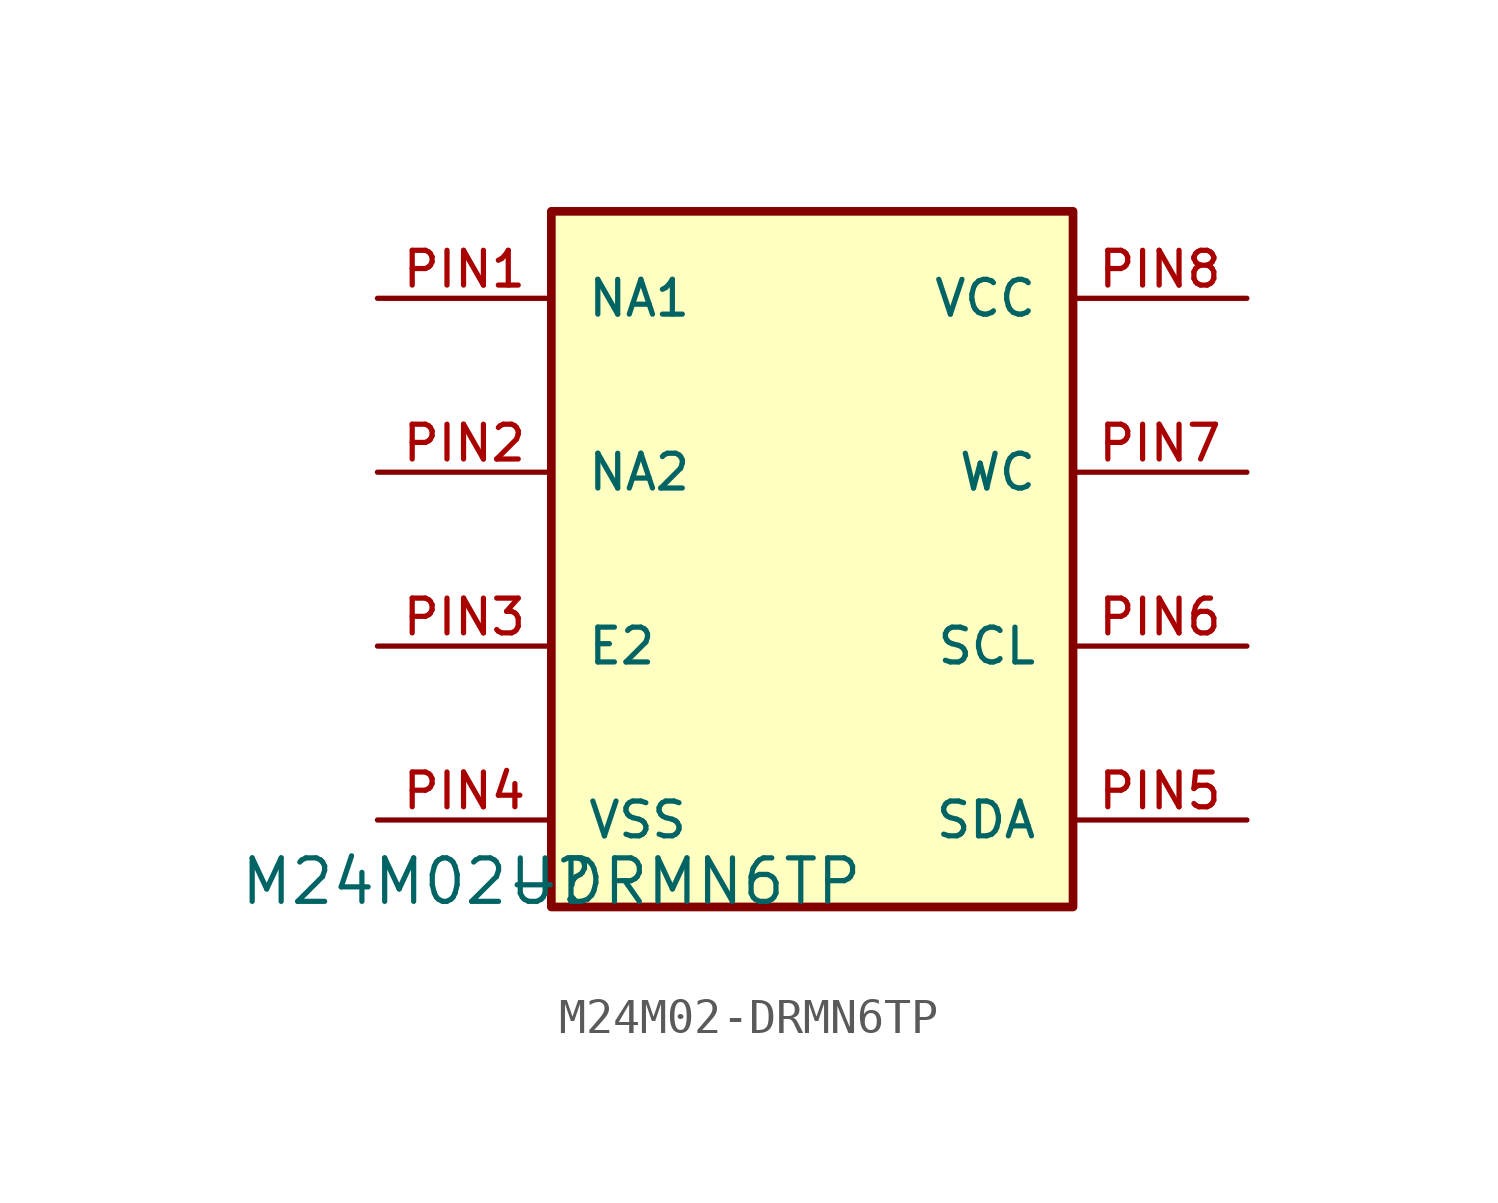
<source format=kicad_sym>
(kicad_symbol_lib
  (version 20211014)
  (generator kicad_symbol_editor)
  (symbol "M24M02-DRMN6TP"
    (pin_names
      (offset 1.016))
    (property "Reference" "U"
      (at 0 0 0)
      (effects (font (size 1.27 1.27)) (justify bottom)))
    (property "Value" "M24M02-DRMN6TP"
      (at 0 0.0 0)
      (effects (font (size 1.27 1.27)) (justify bottom)))
    (symbol "M24M02-DRMN6TP_0_0"
      (rectangle (start -8.881784197e-16 0.0) (end 15.24 20.32) (stroke (width 0.254)) (fill (type background)))
      (pin bidirectional line (at -5.08 17.78 0) (length 5.08) (name "NA1" (effects (font (size 1.016 1.016)))) (number "PIN1" (effects (font (size 1.016 1.016)))))
      (pin bidirectional line (at -5.08 12.7 0) (length 5.08) (name "NA2" (effects (font (size 1.016 1.016)))) (number "PIN2" (effects (font (size 1.016 1.016)))))
      (pin bidirectional line (at -5.08 7.62 0) (length 5.08) (name "E2" (effects (font (size 1.016 1.016)))) (number "PIN3" (effects (font (size 1.016 1.016)))))
      (pin bidirectional line (at -5.08 2.54 0) (length 5.08) (name "VSS" (effects (font (size 1.016 1.016)))) (number "PIN4" (effects (font (size 1.016 1.016)))))
      (pin bidirectional line (at 20.32 2.54 180.0) (length 5.08) (name "SDA" (effects (font (size 1.016 1.016)))) (number "PIN5" (effects (font (size 1.016 1.016)))))
      (pin bidirectional line (at 20.32 7.62 180.0) (length 5.08) (name "SCL" (effects (font (size 1.016 1.016)))) (number "PIN6" (effects (font (size 1.016 1.016)))))
      (pin bidirectional line (at 20.32 12.7 180.0) (length 5.08) (name "WC" (effects (font (size 1.016 1.016)))) (number "PIN7" (effects (font (size 1.016 1.016)))))
      (pin bidirectional line (at 20.32 17.78 180.0) (length 5.08) (name "VCC" (effects (font (size 1.016 1.016)))) (number "PIN8" (effects (font (size 1.016 1.016))))))))
</source>
